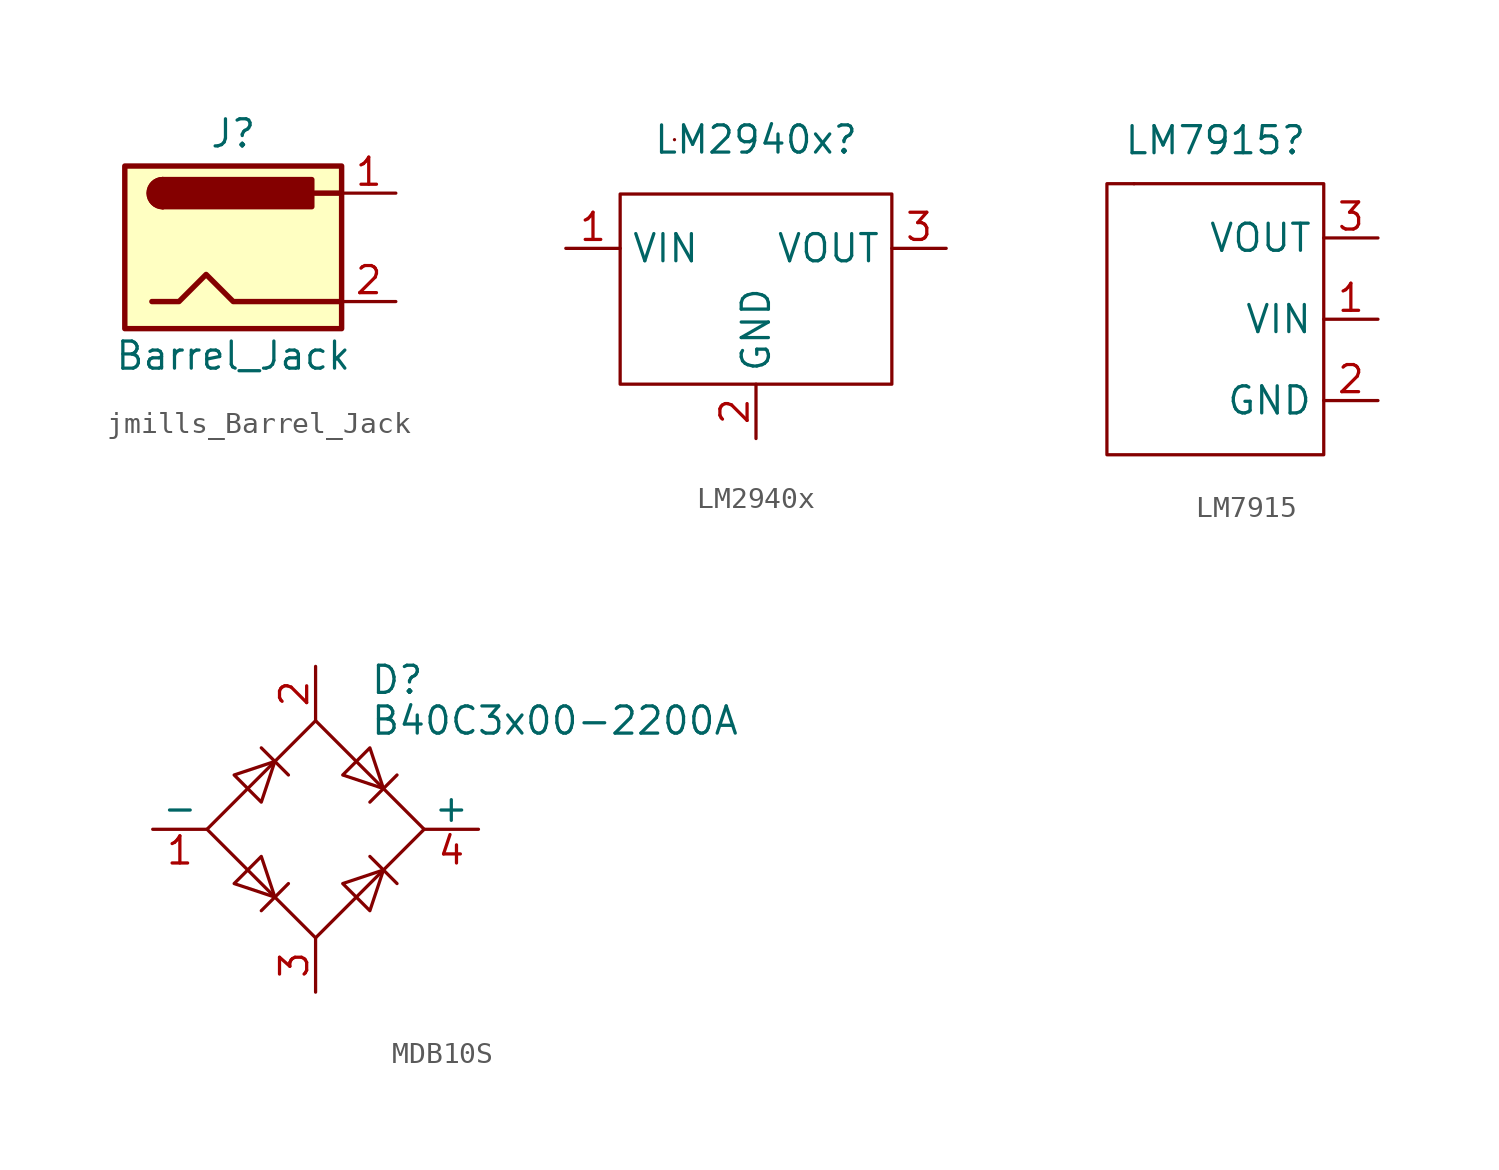
<source format=kicad_sym>
(kicad_symbol_lib
  (version 20231120)
  (generator "kicad_symbol_editor")
  (generator_version "8.0")
  (symbol "jmills_Barrel_Jack"
    (pin_names
      (offset 1.016))
    (property "Reference" "J"
      (at 0 5.334 0)
      (effects (font (size 1.27 1.27))))
    (property "Value" "Barrel_Jack"
      (at 0 -5.08 0)
      (effects (font (size 1.27 1.27))))
    (symbol "jmills_Barrel_Jack_0_1"
      (rectangle (start -5.08 3.81) (end 5.08 -3.81) (stroke (width 0.254) (type default)) (fill (type background)))
      (arc (start -3.302 3.175) (mid -3.9343 2.54) (end -3.302 1.905) (stroke (width 0.254) (type default)) (fill (type none)))
      (arc (start -3.302 3.175) (mid -3.9343 2.54) (end -3.302 1.905) (stroke (width 0.254) (type default)) (fill (type outline)))
      (polyline (pts (xy 5.08 2.54) (xy 3.81 2.54)) (stroke (width 0.254) (type default)) (fill (type none)))
      (polyline (pts (xy -3.81 -2.54) (xy -2.54 -2.54) (xy -1.27 -1.27) (xy 0 -2.54) (xy 2.54 -2.54) (xy 5.08 -2.54)) (stroke (width 0.254) (type default)) (fill (type none)))
      (rectangle (start 3.683 3.175) (end -3.302 1.905) (stroke (width 0.254) (type default)) (fill (type outline))))
    (symbol "jmills_Barrel_Jack_1_1"
      (pin power_out line (at 7.62 2.54 180) (length 2.54) (name "~" (effects (font (size 1.27 1.27)))) (number "1" (effects (font (size 1.27 1.27)))))
      (pin power_out line (at 7.62 -2.54 180) (length 2.54) (name "~" (effects (font (size 1.27 1.27)))) (number "2" (effects (font (size 1.27 1.27)))))))
  (symbol "LM2940x"
    (property "Reference" "LM2940x"
      (at 0 6.35 0)
      (effects (font (size 1.27 1.27))))
    (property "Value" ""
      (at 1.27 6.35 0)
      (effects (font (size 1.27 1.27))))
    (symbol "LM2940x_0_1"
      (rectangle (start -6.35 3.81) (end 6.35 -5.08) (stroke (width 0) (type default)) (fill (type none)))
      (rectangle (start -3.81 6.35) (end -3.81 6.35) (stroke (width 0) (type default)) (fill (type none))))
    (symbol "LM2940x_1_1"
      (pin power_in line (at -8.89 1.27 0) (length 2.54) (name "VIN" (effects (font (size 1.27 1.27)))) (number "1" (effects (font (size 1.27 1.27)))))
      (pin input line (at 0 -7.62 90) (length 2.54) (name "GND" (effects (font (size 1.27 1.27)))) (number "2" (effects (font (size 1.27 1.27)))))
      (pin power_out line (at 8.89 1.27 180) (length 2.54) (name "VOUT" (effects (font (size 1.27 1.27)))) (number "3" (effects (font (size 1.27 1.27)))))))
  (symbol "LM7915"
    (property "Reference" "LM7915"
      (at 0 8.382 0)
      (effects (font (size 1.27 1.27))))
    (property "Value" ""
      (at 1.27 6.35 0)
      (effects (font (size 1.27 1.27))))
    (symbol "LM7915_0_1"
      (rectangle (start -5.08 6.35) (end 5.08 -6.35) (stroke (width 0) (type default)) (fill (type none)))
      (rectangle (start -3.81 6.35) (end -3.81 6.35) (stroke (width 0) (type default)) (fill (type none))))
    (symbol "LM7915_1_1"
      (pin power_in line (at 7.62 0 180) (length 2.54) (name "VIN" (effects (font (size 1.27 1.27)))) (number "1" (effects (font (size 1.27 1.27)))))
      (pin input line (at 7.62 -3.81 180) (length 2.54) (name "GND" (effects (font (size 1.27 1.27)))) (number "2" (effects (font (size 1.27 1.27)))))
      (pin power_out line (at 7.62 3.81 180) (length 2.54) (name "VOUT" (effects (font (size 1.27 1.27)))) (number "3" (effects (font (size 1.27 1.27)))))))
  (symbol "MDB10S"
    (pin_names
      (offset 0))
    (property "Reference" "D"
      (at 2.54 6.985 0)
      (effects (font (size 1.27 1.27)) (justify left)))
    (property "Value" "B40C3x00-2200A"
      (at 2.54 5.08 0)
      (effects (font (size 1.27 1.27)) (justify left)))
    (symbol "MDB10S_0_1"
      (polyline (pts (xy -2.54 3.81) (xy -1.27 2.54)) (stroke (width 0) (type default)) (fill (type none)))
      (polyline (pts (xy -1.27 -2.54) (xy -2.54 -3.81)) (stroke (width 0) (type default)) (fill (type none)))
      (polyline (pts (xy 2.54 -1.27) (xy 3.81 -2.54)) (stroke (width 0) (type default)) (fill (type none)))
      (polyline (pts (xy 2.54 1.27) (xy 3.81 2.54)) (stroke (width 0) (type default)) (fill (type none)))
      (polyline (pts (xy -3.81 2.54) (xy -2.54 1.27) (xy -1.905 3.175) (xy -3.81 2.54)) (stroke (width 0) (type default)) (fill (type none)))
      (polyline (pts (xy -2.54 -1.27) (xy -3.81 -2.54) (xy -1.905 -3.175) (xy -2.54 -1.27)) (stroke (width 0) (type default)) (fill (type none)))
      (polyline (pts (xy 1.27 2.54) (xy 2.54 3.81) (xy 3.175 1.905) (xy 1.27 2.54)) (stroke (width 0) (type default)) (fill (type none)))
      (polyline (pts (xy 3.175 -1.905) (xy 1.27 -2.54) (xy 2.54 -3.81) (xy 3.175 -1.905)) (stroke (width 0) (type default)) (fill (type none)))
      (polyline (pts (xy -5.08 0) (xy 0 -5.08) (xy 5.08 0) (xy 0 5.08) (xy -5.08 0)) (stroke (width 0) (type default)) (fill (type none))))
    (symbol "MDB10S_1_1"
      (pin power_out line (at -7.62 0 0) (length 2.54) (name "-" (effects (font (size 1.27 1.27)))) (number "1" (effects (font (size 1.27 1.27)))))
      (pin passive line (at 0 7.62 270) (length 2.54) (name "~" (effects (font (size 1.27 1.27)))) (number "2" (effects (font (size 1.27 1.27)))))
      (pin passive line (at 0 -7.62 90) (length 2.54) (name "~" (effects (font (size 1.27 1.27)))) (number "3" (effects (font (size 1.27 1.27)))))
      (pin power_out line (at 7.62 0 180) (length 2.54) (name "+" (effects (font (size 1.27 1.27)))) (number "4" (effects (font (size 1.27 1.27))))))))
</source>
